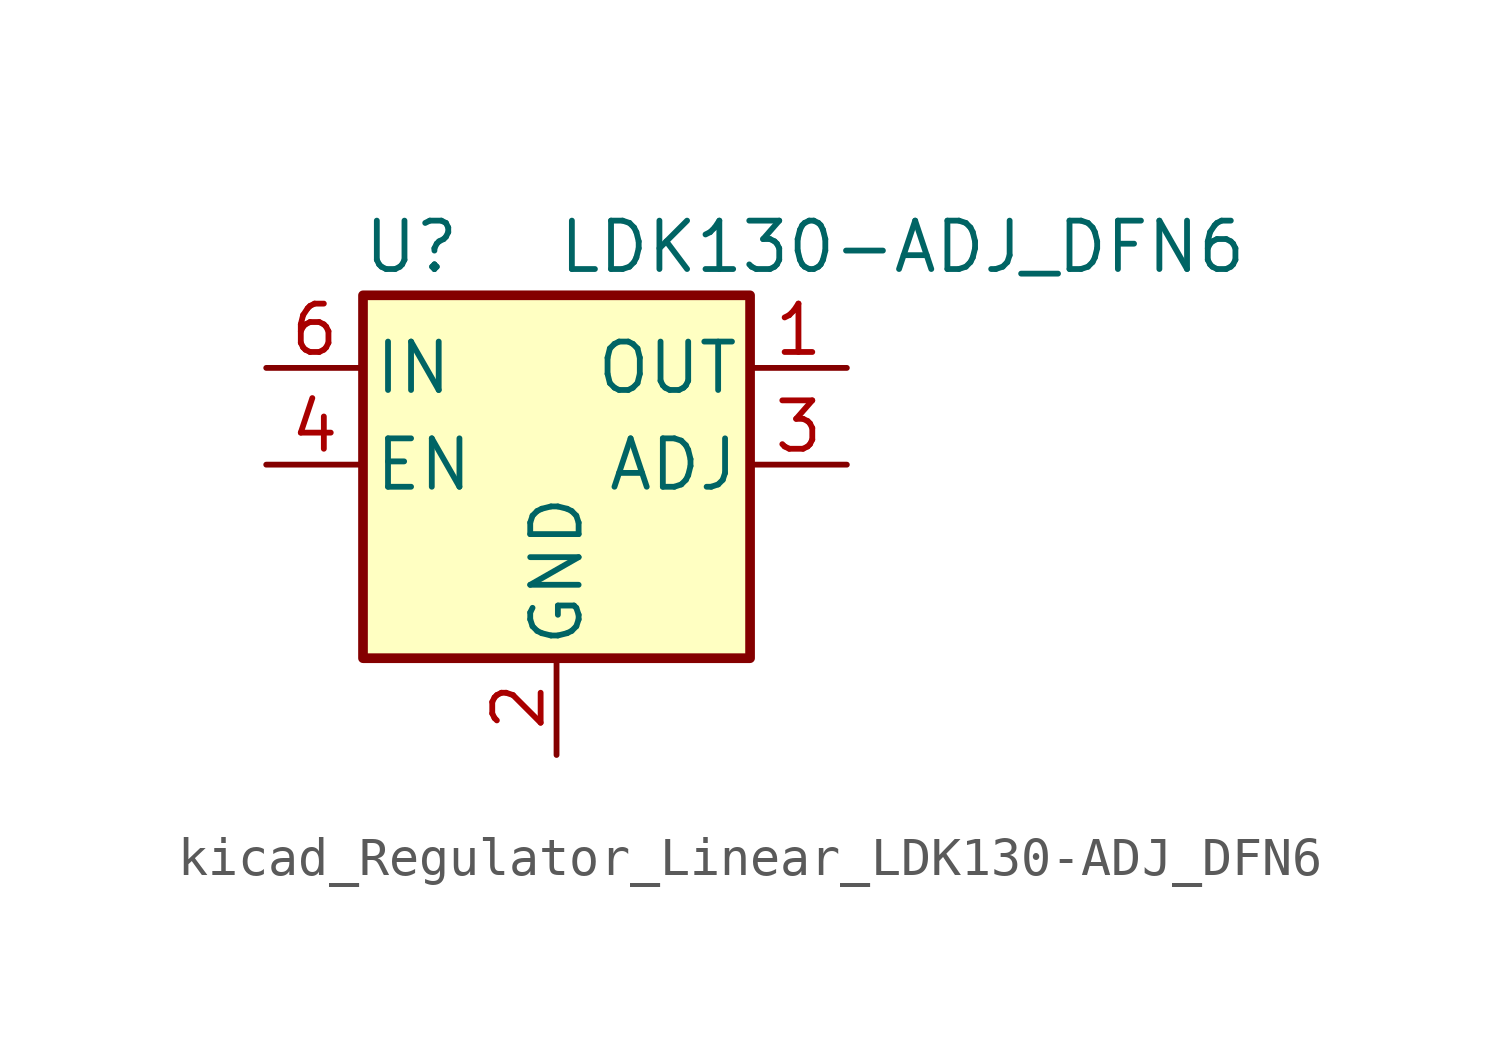
<source format=kicad_sym>
(kicad_symbol_lib
  (version 20220914)
  (generator kicad_symbol_editor)
  (symbol "kicad_Regulator_Linear_LDK130-ADJ_DFN6"
    (pin_names
      (offset 0.254))
    (property "Reference" "U"
      (at -3.81 5.715 0)
      (effects (font (size 1.27 1.27))))
    (property "Value" "LDK130-ADJ_DFN6"
      (at 0 5.715 0)
      (effects (font (size 1.27 1.27)) (justify left)))
    (symbol "kicad_Regulator_Linear_LDK130-ADJ_DFN6_0_1"
      (rectangle (start -5.08 4.445) (end 5.08 -5.08) (stroke (width 0.254) (type default)) (fill (type background))))
    (symbol "kicad_Regulator_Linear_LDK130-ADJ_DFN6_1_1"
      (pin power_out line (at 7.62 2.54 180) (length 2.54) (name "OUT" (effects (font (size 1.27 1.27)))) (number "1" (effects (font (size 1.27 1.27)))))
      (pin power_in line (at 0 -7.62 90) (length 2.54) (name "GND" (effects (font (size 1.27 1.27)))) (number "2" (effects (font (size 1.27 1.27)))))
      (pin input line (at 7.62 0 180) (length 2.54) (name "ADJ" (effects (font (size 1.27 1.27)))) (number "3" (effects (font (size 1.27 1.27)))))
      (pin input line (at -7.62 0 0) (length 2.54) (name "EN" (effects (font (size 1.27 1.27)))) (number "4" (effects (font (size 1.27 1.27)))))
      (pin no_connect line (at -5.08 -2.54 0) (length 2.54) hide (name "NC" (effects (font (size 1.27 1.27)))) (number "5" (effects (font (size 1.27 1.27)))))
      (pin power_in line (at -7.62 2.54 0) (length 2.54) (name "IN" (effects (font (size 1.27 1.27)))) (number "6" (effects (font (size 1.27 1.27))))))))
</source>
